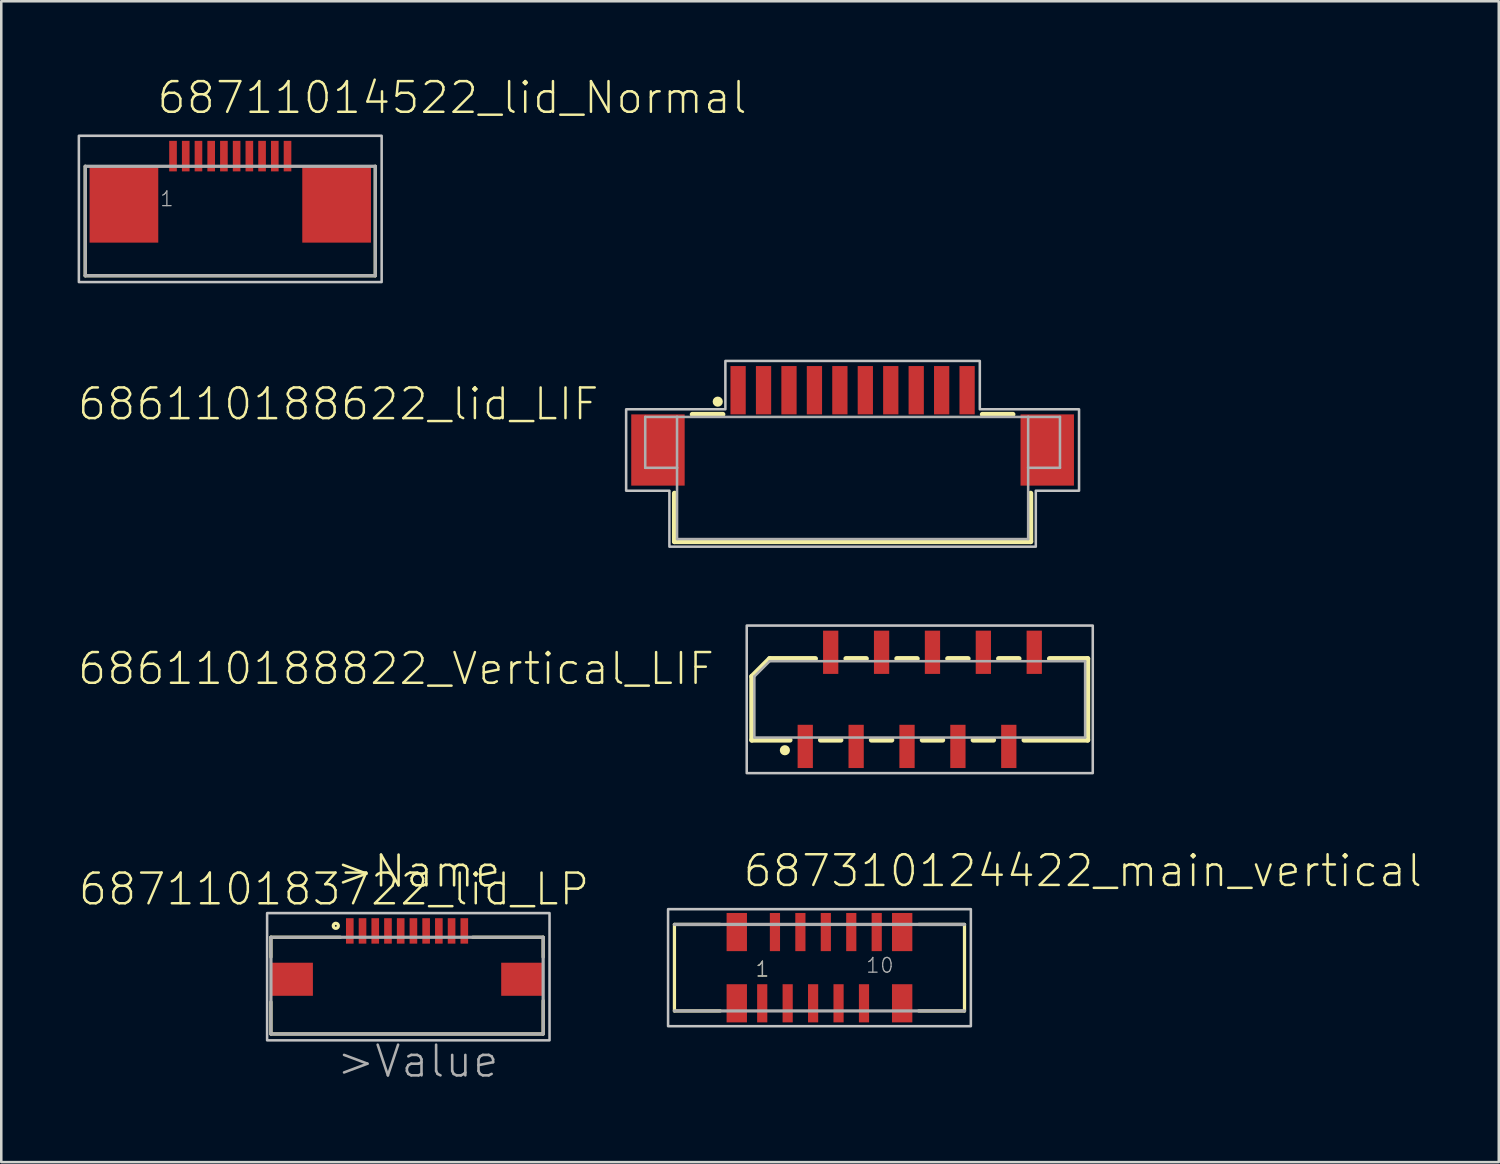
<source format=kicad_pcb>
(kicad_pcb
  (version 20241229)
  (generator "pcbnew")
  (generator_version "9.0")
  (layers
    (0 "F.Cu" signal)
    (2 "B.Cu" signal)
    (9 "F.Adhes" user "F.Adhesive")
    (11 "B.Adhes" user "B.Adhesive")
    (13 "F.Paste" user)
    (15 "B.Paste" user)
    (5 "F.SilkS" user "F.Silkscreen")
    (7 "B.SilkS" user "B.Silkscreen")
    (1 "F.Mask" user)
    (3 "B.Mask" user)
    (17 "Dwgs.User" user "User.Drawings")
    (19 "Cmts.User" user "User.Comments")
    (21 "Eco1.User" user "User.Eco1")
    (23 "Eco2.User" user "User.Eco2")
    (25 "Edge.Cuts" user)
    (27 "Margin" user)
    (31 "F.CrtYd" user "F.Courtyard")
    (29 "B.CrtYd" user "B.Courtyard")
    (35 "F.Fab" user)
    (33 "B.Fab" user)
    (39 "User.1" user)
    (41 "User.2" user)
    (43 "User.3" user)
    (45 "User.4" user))
  (footprint "687310124422_main_vertical"
    (layer "F.Cu")
    (at 29.157 34.982)
    (property "Reference" "687310124422_main_vertical" (at -3.065 -3.1 0) (layer "F.SilkS") (effects (font (size 1.206 1.206) (thickness 0.097)) (justify left bottom)))
    (attr through_hole)
    (fp_line (start -5.7 -1.7) (end -5.7 1.7) (stroke (width 0.127) (type solid)) (layer "F.SilkS"))
    (fp_line (start -3.9 -1.7) (end -5.7 -1.7) (stroke (width 0.127) (type solid)) (layer "F.SilkS"))
    (fp_line (start -3.9 1.7) (end -5.7 1.7) (stroke (width 0.127) (type solid)) (layer "F.SilkS"))
    (fp_line (start 3.9 -1.7) (end 5.7 -1.7) (stroke (width 0.127) (type solid)) (layer "F.SilkS"))
    (fp_line (start 3.9 1.7) (end 5.7 1.7) (stroke (width 0.127) (type solid)) (layer "F.SilkS"))
    (fp_line (start 5.7 1.7) (end 5.7 -1.7) (stroke (width 0.127) (type solid)) (layer "F.SilkS"))
    (fp_poly (pts (xy -5.95 -2.3) (xy 5.95 -2.3) (xy 5.95 2.3) (xy -5.95 2.3)) (stroke (width 0.1) (type solid)) (fill no) (layer "Dwgs.User"))
    (fp_line (start -5.7 1.7) (end 5.7 1.7) (stroke (width 0.127) (type solid)) (layer "F.Fab"))
    (fp_line (start 5.7 -1.7) (end -5.7 -1.7) (stroke (width 0.127) (type solid)) (layer "F.Fab"))
    (fp_text user "1" (at -2.55 0.4 0) (layer "F.SilkS") (effects (font (size 0.579 0.579) (thickness 0.049)) (justify left bottom)))
    (fp_text user "1" (at -2.55 0.4 0) (layer "F.Fab") (effects (font (size 0.579 0.579) (thickness 0.049)) (justify left bottom)))
    (fp_text user "10" (at 1.79 0.25 0) (layer "F.Fab") (effects (font (size 0.579 0.579) (thickness 0.049)) (justify left bottom)))
    (pad "1" smd rect (at -2.25 1.4 180) (size 0.4 1.5) (layers "F.Cu" "F.Mask" "F.Paste"))
    (pad "2" smd rect (at -1.75 -1.4) (size 0.4 1.5) (layers "F.Cu" "F.Mask" "F.Paste"))
    (pad "3" smd rect (at -1.25 1.4 180) (size 0.4 1.5) (layers "F.Cu" "F.Mask" "F.Paste"))
    (pad "4" smd rect (at -0.75 -1.4 180) (size 0.4 1.5) (layers "F.Cu" "F.Mask" "F.Paste"))
    (pad "5" smd rect (at -0.25 1.4 180) (size 0.4 1.5) (layers "F.Cu" "F.Mask" "F.Paste"))
    (pad "6" smd rect (at 0.25 -1.4 180) (size 0.4 1.5) (layers "F.Cu" "F.Mask" "F.Paste"))
    (pad "7" smd rect (at 0.75 1.4 180) (size 0.4 1.5) (layers "F.Cu" "F.Mask" "F.Paste"))
    (pad "8" smd rect (at 1.25 -1.4 180) (size 0.4 1.5) (layers "F.Cu" "F.Mask" "F.Paste"))
    (pad "9" smd rect (at 1.75 1.4 180) (size 0.4 1.5) (layers "F.Cu" "F.Mask" "F.Paste"))
    (pad "10" smd rect (at 2.25 -1.4 180) (size 0.4 1.5) (layers "F.Cu" "F.Mask" "F.Paste"))
    (pad "Z1" smd rect (at -3.25 -1.4 180) (size 0.8 1.5) (layers "F.Cu" "F.Mask" "F.Paste"))
    (pad "Z2" smd rect (at -3.25 1.4 180) (size 0.8 1.5) (layers "F.Cu" "F.Mask" "F.Paste"))
    (pad "Z3" smd rect (at 3.25 1.4 180) (size 0.8 1.5) (layers "F.Cu" "F.Mask" "F.Paste"))
    (pad "Z4" smd rect (at 3.25 -1.4 180) (size 0.8 1.5) (layers "F.Cu" "F.Mask" "F.Paste")))
  (footprint "68711014522_lid_Normal"
    (layer "F.Cu")
    (at 6 4.986)
    (property "Reference" "68711014522_lid_Normal" (at -2.944 -3.49 0) (layer "F.SilkS") (effects (font (size 1.206 1.206) (thickness 0.097)) (justify left bottom)))
    (attr through_hole)
    (fp_line (start -5.7 -1.5) (end -5.7 2.8) (stroke (width 0.127) (type solid)) (layer "F.SilkS"))
    (fp_line (start -5.7 2.8) (end 5.7 2.8) (stroke (width 0.127) (type solid)) (layer "F.SilkS"))
    (fp_line (start 5.7 2.8) (end 5.7 -1.5) (stroke (width 0.127) (type solid)) (layer "F.SilkS"))
    (fp_poly (pts (xy -5.95 -2.7) (xy 5.95 -2.7) (xy 5.95 3.05) (xy -5.95 3.05)) (stroke (width 0.1) (type solid)) (fill no) (layer "Dwgs.User"))
    (fp_line (start -5.7 -1.5) (end 5.7 -1.5) (stroke (width 0.127) (type solid)) (layer "F.Fab"))
    (fp_line (start -5.7 2.8) (end -5.7 -1.5) (stroke (width 0.127) (type solid)) (layer "F.Fab"))
    (fp_line (start -5.7 2.8) (end 5.7 2.8) (stroke (width 0.127) (type solid)) (layer "F.Fab"))
    (fp_line (start 5.7 -1.5) (end 5.7 2.8) (stroke (width 0.127) (type solid)) (layer "F.Fab"))
    (fp_text user "1" (at -2.8 0.12 0) (layer "F.Fab") (effects (font (size 0.579 0.579) (thickness 0.049)) (justify left bottom)))
    (pad "1" smd rect (at -2.25 -1.9) (size 0.3 1.2) (layers "F.Cu" "F.Mask" "F.Paste"))
    (pad "2" smd rect (at -1.75 -1.9) (size 0.3 1.2) (layers "F.Cu" "F.Mask" "F.Paste"))
    (pad "3" smd rect (at -1.25 -1.9) (size 0.3 1.2) (layers "F.Cu" "F.Mask" "F.Paste"))
    (pad "4" smd rect (at -0.75 -1.9) (size 0.3 1.2) (layers "F.Cu" "F.Mask" "F.Paste"))
    (pad "5" smd rect (at -0.25 -1.9) (size 0.3 1.2) (layers "F.Cu" "F.Mask" "F.Paste"))
    (pad "6" smd rect (at 0.25 -1.9) (size 0.3 1.2) (layers "F.Cu" "F.Mask" "F.Paste"))
    (pad "7" smd rect (at 0.75 -1.9) (size 0.3 1.2) (layers "F.Cu" "F.Mask" "F.Paste"))
    (pad "8" smd rect (at 1.25 -1.9) (size 0.3 1.2) (layers "F.Cu" "F.Mask" "F.Paste"))
    (pad "9" smd rect (at 1.75 -1.9) (size 0.3 1.2) (layers "F.Cu" "F.Mask" "F.Paste"))
    (pad "10" smd rect (at 2.25 -1.9) (size 0.3 1.2) (layers "F.Cu" "F.Mask" "F.Paste"))
    (pad "Z1" smd rect (at -4.18 0) (size 2.7 3) (layers "F.Cu" "F.Mask" "F.Paste"))
    (pad "Z2" smd rect (at 4.18 0) (size 2.7 3) (layers "F.Cu" "F.Mask" "F.Paste")))
  (footprint "686110188622_lid_LIF"
    (layer "F.Cu")
    (at 30.459 15.236)
    (property "Reference" "686110188622_lid_LIF" (at -9.9 -1.7 0) (layer "F.SilkS") (effects (font (size 1.206 1.206) (thickness 0.097)) (justify right bottom)))
    (attr through_hole)
    (fp_line (start -7 1.1) (end -7 3) (stroke (width 0.2) (type solid)) (layer "F.SilkS"))
    (fp_line (start -7 3) (end 7 3) (stroke (width 0.2) (type solid)) (layer "F.SilkS"))
    (fp_line (start -6.3 -2) (end -5.1 -2) (stroke (width 0.2) (type solid)) (layer "F.SilkS"))
    (fp_line (start 5.1 -2) (end 6.3 -2) (stroke (width 0.2) (type solid)) (layer "F.SilkS"))
    (fp_line (start 7 3) (end 7 1.1) (stroke (width 0.2) (type solid)) (layer "F.SilkS"))
    (fp_circle (center -5.3 -2.5) (end -5.2 -2.5) (stroke (width 0.2) (type solid)) (fill no) (layer "F.SilkS"))
    (fp_poly (pts (xy 5 -4.1) (xy 5 -2.2) (xy 8.9 -2.2) (xy 8.9 1) (xy 7.2 1) (xy 7.2 3.2) (xy -7.2 3.2) (xy -7.2 1) (xy -8.9 1) (xy -8.9 -2.2) (xy -5 -2.2) (xy -5 -4.1)) (stroke (width 0.1) (type solid)) (fill no) (layer "Dwgs.User"))
    (fp_line (start -8.15 -1.9) (end -8.15 0.1) (stroke (width 0.1) (type solid)) (layer "F.Fab"))
    (fp_line (start -8.15 0.1) (end -6.9 0.1) (stroke (width 0.1) (type solid)) (layer "F.Fab"))
    (fp_line (start -6.9 -1.9) (end -8.15 -1.9) (stroke (width 0.1) (type solid)) (layer "F.Fab"))
    (fp_line (start -6.9 -1.9) (end 6.9 -1.9) (stroke (width 0.1) (type solid)) (layer "F.Fab"))
    (fp_line (start -6.9 0.1) (end -6.9 -1.9) (stroke (width 0.1) (type solid)) (layer "F.Fab"))
    (fp_line (start -6.9 2.9) (end -6.9 0.1) (stroke (width 0.1) (type solid)) (layer "F.Fab"))
    (fp_line (start 6.9 -1.9) (end 6.9 0.1) (stroke (width 0.1) (type solid)) (layer "F.Fab"))
    (fp_line (start 6.9 -1.9) (end 8.15 -1.9) (stroke (width 0.1) (type solid)) (layer "F.Fab"))
    (fp_line (start 6.9 0.1) (end 6.9 2.9) (stroke (width 0.1) (type solid)) (layer "F.Fab"))
    (fp_line (start 6.9 2.9) (end -6.9 2.9) (stroke (width 0.1) (type solid)) (layer "F.Fab"))
    (fp_line (start 8.15 -1.9) (end 8.15 0.1) (stroke (width 0.1) (type solid)) (layer "F.Fab"))
    (fp_line (start 8.15 0.1) (end 6.9 0.1) (stroke (width 0.1) (type solid)) (layer "F.Fab"))
    (pad "1" smd rect (at -4.5 -2.95 90) (size 1.9 0.6) (layers "F.Cu" "F.Mask" "F.Paste"))
    (pad "2" smd rect (at -3.5 -2.95 90) (size 1.9 0.6) (layers "F.Cu" "F.Mask" "F.Paste"))
    (pad "3" smd rect (at -2.5 -2.95 90) (size 1.9 0.6) (layers "F.Cu" "F.Mask" "F.Paste"))
    (pad "4" smd rect (at -1.5 -2.95 90) (size 1.9 0.6) (layers "F.Cu" "F.Mask" "F.Paste"))
    (pad "5" smd rect (at -0.5 -2.95 90) (size 1.9 0.6) (layers "F.Cu" "F.Mask" "F.Paste"))
    (pad "6" smd rect (at 0.5 -2.95 90) (size 1.9 0.6) (layers "F.Cu" "F.Mask" "F.Paste"))
    (pad "7" smd rect (at 1.5 -2.95 90) (size 1.9 0.6) (layers "F.Cu" "F.Mask" "F.Paste"))
    (pad "8" smd rect (at 2.5 -2.95 90) (size 1.9 0.6) (layers "F.Cu" "F.Mask" "F.Paste"))
    (pad "9" smd rect (at 3.5 -2.95 90) (size 1.9 0.6) (layers "F.Cu" "F.Mask" "F.Paste"))
    (pad "10" smd rect (at 4.5 -2.95 90) (size 1.9 0.6) (layers "F.Cu" "F.Mask" "F.Paste"))
    (pad "Z1" smd rect (at -7.65 -0.6) (size 2.1 2.8) (layers "F.Cu" "F.Mask" "F.Paste"))
    (pad "Z2" smd rect (at 7.65 -0.6) (size 2.1 2.8) (layers "F.Cu" "F.Mask" "F.Paste")))
  (footprint "687110183722_lid_LP"
    (layer "F.Cu")
    (at 12.948 35.437)
    (property "Reference" "687110183722_lid_LP" (at -2.87 -3.54 0) (layer "F.SilkS") (effects (font (size 1.206 1.206) (thickness 0.097))))
    (attr through_hole)
    (fp_line (start -5.35 -1.65) (end -5.35 -0.87) (stroke (width 0.127) (type solid)) (layer "F.SilkS"))
    (fp_line (start -5.35 0.89) (end -5.35 2.15) (stroke (width 0.127) (type solid)) (layer "F.SilkS"))
    (fp_line (start -5.35 2.15) (end 5.35 2.15) (stroke (width 0.127) (type solid)) (layer "F.SilkS"))
    (fp_line (start -2.62 -1.65) (end -5.35 -1.65) (stroke (width 0.127) (type solid)) (layer "F.SilkS"))
    (fp_line (start 2.58 -1.65) (end 5.35 -1.65) (stroke (width 0.127) (type solid)) (layer "F.SilkS"))
    (fp_line (start 5.35 -1.65) (end 5.35 -0.87) (stroke (width 0.127) (type solid)) (layer "F.SilkS"))
    (fp_line (start 5.35 2.15) (end 5.35 0.84) (stroke (width 0.127) (type solid)) (layer "F.SilkS"))
    (fp_circle (center -2.8 -2.1) (end -2.7 -2.1) (stroke (width 0.127) (type solid)) (fill no) (layer "F.SilkS"))
    (fp_poly (pts (xy -5.5 -2.6) (xy 5.6 -2.6) (xy 5.6 2.4) (xy -5.5 2.4)) (stroke (width 0.1) (type solid)) (fill no) (layer "Dwgs.User"))
    (fp_line (start -5.35 -1.65) (end 5.35 -1.65) (stroke (width 0.127) (type solid)) (layer "F.Fab"))
    (fp_line (start -5.35 2.15) (end -5.35 -1.65) (stroke (width 0.127) (type solid)) (layer "F.Fab"))
    (fp_line (start 5.35 -1.65) (end 5.35 2.15) (stroke (width 0.127) (type solid)) (layer "F.Fab"))
    (fp_line (start 5.35 2.15) (end -5.35 2.15) (stroke (width 0.127) (type solid)) (layer "F.Fab"))
    (fp_text user ">Name" (at -2.87 -3.54 0) (layer "F.SilkS") (effects (font (size 1.206 1.206) (thickness 0.102)) (justify left bottom)))
    (fp_text user ">Value" (at -2.83 3.93 0) (layer "F.Fab") (effects (font (size 1.206 1.206) (thickness 0.102)) (justify left bottom)))
    (pad "1" smd rect (at -2.25 -1.9 90) (size 1 0.3) (layers "F.Cu" "F.Mask" "F.Paste"))
    (pad "2" smd rect (at -1.75 -1.9 90) (size 1 0.3) (layers "F.Cu" "F.Mask" "F.Paste"))
    (pad "3" smd rect (at -1.25 -1.9 90) (size 1 0.3) (layers "F.Cu" "F.Mask" "F.Paste"))
    (pad "4" smd rect (at -0.75 -1.9 90) (size 1 0.3) (layers "F.Cu" "F.Mask" "F.Paste"))
    (pad "5" smd rect (at -0.25 -1.9 90) (size 1 0.3) (layers "F.Cu" "F.Mask" "F.Paste"))
    (pad "6" smd rect (at 0.25 -1.9 90) (size 1 0.3) (layers "F.Cu" "F.Mask" "F.Paste"))
    (pad "7" smd rect (at 0.75 -1.9 90) (size 1 0.3) (layers "F.Cu" "F.Mask" "F.Paste"))
    (pad "8" smd rect (at 1.25 -1.9 90) (size 1 0.3) (layers "F.Cu" "F.Mask" "F.Paste"))
    (pad "9" smd rect (at 1.75 -1.9 90) (size 1 0.3) (layers "F.Cu" "F.Mask" "F.Paste"))
    (pad "10" smd rect (at 2.25 -1.9 90) (size 1 0.3) (layers "F.Cu" "F.Mask" "F.Paste"))
    (pad "Z1" smd rect (at -4.525 0) (size 1.65 1.3) (layers "F.Cu" "F.Mask" "F.Paste"))
    (pad "Z2" smd rect (at 4.525 0) (size 1.65 1.3) (layers "F.Cu" "F.Mask" "F.Paste")))
  (footprint "686110188822_Vertical_LIF"
    (layer "F.Cu")
    (at 33.098 24.436)
    (property "Reference" "686110188822_Vertical_LIF" (at -8 -0.5 0) (layer "F.SilkS") (effects (font (size 1.206 1.206) (thickness 0.097)) (justify right bottom)))
    (attr through_hole)
    (fp_line (start -6.6 -0.9) (end -6.6 1.6) (stroke (width 0.2) (type solid)) (layer "F.SilkS"))
    (fp_line (start -6.6 -0.9) (end -5.9 -1.6) (stroke (width 0.2) (type solid)) (layer "F.SilkS"))
    (fp_line (start -6.6 1.6) (end -5.1 1.6) (stroke (width 0.2) (type solid)) (layer "F.SilkS"))
    (fp_line (start -4.1 -1.6) (end -5.9 -1.6) (stroke (width 0.2) (type solid)) (layer "F.SilkS"))
    (fp_line (start -3.9 1.6) (end -3.1 1.6) (stroke (width 0.2) (type solid)) (layer "F.SilkS"))
    (fp_line (start -2.9 -1.6) (end -2.1 -1.6) (stroke (width 0.2) (type solid)) (layer "F.SilkS"))
    (fp_line (start -1.9 1.6) (end -1.1 1.6) (stroke (width 0.2) (type solid)) (layer "F.SilkS"))
    (fp_line (start -0.9 -1.6) (end -0.1 -1.6) (stroke (width 0.2) (type solid)) (layer "F.SilkS"))
    (fp_line (start 0.1 1.6) (end 0.9 1.6) (stroke (width 0.2) (type solid)) (layer "F.SilkS"))
    (fp_line (start 1.1 -1.6) (end 1.9 -1.6) (stroke (width 0.2) (type solid)) (layer "F.SilkS"))
    (fp_line (start 2.1 1.6) (end 2.9 1.6) (stroke (width 0.2) (type solid)) (layer "F.SilkS"))
    (fp_line (start 3.1 -1.6) (end 3.9 -1.6) (stroke (width 0.2) (type solid)) (layer "F.SilkS"))
    (fp_line (start 5.1 -1.6) (end 6.6 -1.6) (stroke (width 0.2) (type solid)) (layer "F.SilkS"))
    (fp_line (start 6.6 -1.6) (end 6.6 1.6) (stroke (width 0.2) (type solid)) (layer "F.SilkS"))
    (fp_line (start 6.6 1.6) (end 4.1 1.6) (stroke (width 0.2) (type solid)) (layer "F.SilkS"))
    (fp_circle (center -5.3 2) (end -5.2 2) (stroke (width 0.2) (type solid)) (fill no) (layer "F.SilkS"))
    (fp_poly (pts (xy -6.8 -2.9) (xy 6.8 -2.9) (xy 6.8 2.9) (xy -6.8 2.9)) (stroke (width 0.1) (type solid)) (fill no) (layer "Dwgs.User"))
    (fp_line (start -6.5 -0.9) (end -5.9 -1.5) (stroke (width 0.1) (type solid)) (layer "F.Fab"))
    (fp_line (start -6.5 1.5) (end -6.5 -0.9) (stroke (width 0.1) (type solid)) (layer "F.Fab"))
    (fp_line (start -5.9 -1.5) (end 6.5 -1.5) (stroke (width 0.1) (type solid)) (layer "F.Fab"))
    (fp_line (start 6.5 -1.5) (end 6.5 1.5) (stroke (width 0.1) (type solid)) (layer "F.Fab"))
    (fp_line (start 6.5 1.5) (end -6.5 1.5) (stroke (width 0.1) (type solid)) (layer "F.Fab"))
    (pad "1" smd rect (at -4.5 1.85) (size 0.6 1.7) (layers "F.Cu" "F.Mask" "F.Paste"))
    (pad "2" smd rect (at -3.5 -1.85) (size 0.6 1.7) (layers "F.Cu" "F.Mask" "F.Paste"))
    (pad "3" smd rect (at -2.5 1.85) (size 0.6 1.7) (layers "F.Cu" "F.Mask" "F.Paste"))
    (pad "4" smd rect (at -1.5 -1.85) (size 0.6 1.7) (layers "F.Cu" "F.Mask" "F.Paste"))
    (pad "5" smd rect (at -0.5 1.85) (size 0.6 1.7) (layers "F.Cu" "F.Mask" "F.Paste"))
    (pad "6" smd rect (at 0.5 -1.85) (size 0.6 1.7) (layers "F.Cu" "F.Mask" "F.Paste"))
    (pad "7" smd rect (at 1.5 1.85) (size 0.6 1.7) (layers "F.Cu" "F.Mask" "F.Paste"))
    (pad "8" smd rect (at 2.5 -1.85) (size 0.6 1.7) (layers "F.Cu" "F.Mask" "F.Paste"))
    (pad "9" smd rect (at 3.5 1.85) (size 0.6 1.7) (layers "F.Cu" "F.Mask" "F.Paste"))
    (pad "10" smd rect (at 4.5 -1.85) (size 0.6 1.7) (layers "F.Cu" "F.Mask" "F.Paste")))
  (gr_rect
    (start -3 -3)
    (end 55.855 42.624)
    (stroke (width 0.1) (type default))
    (fill no)
    (layer "Edge.Cuts")))
</source>
